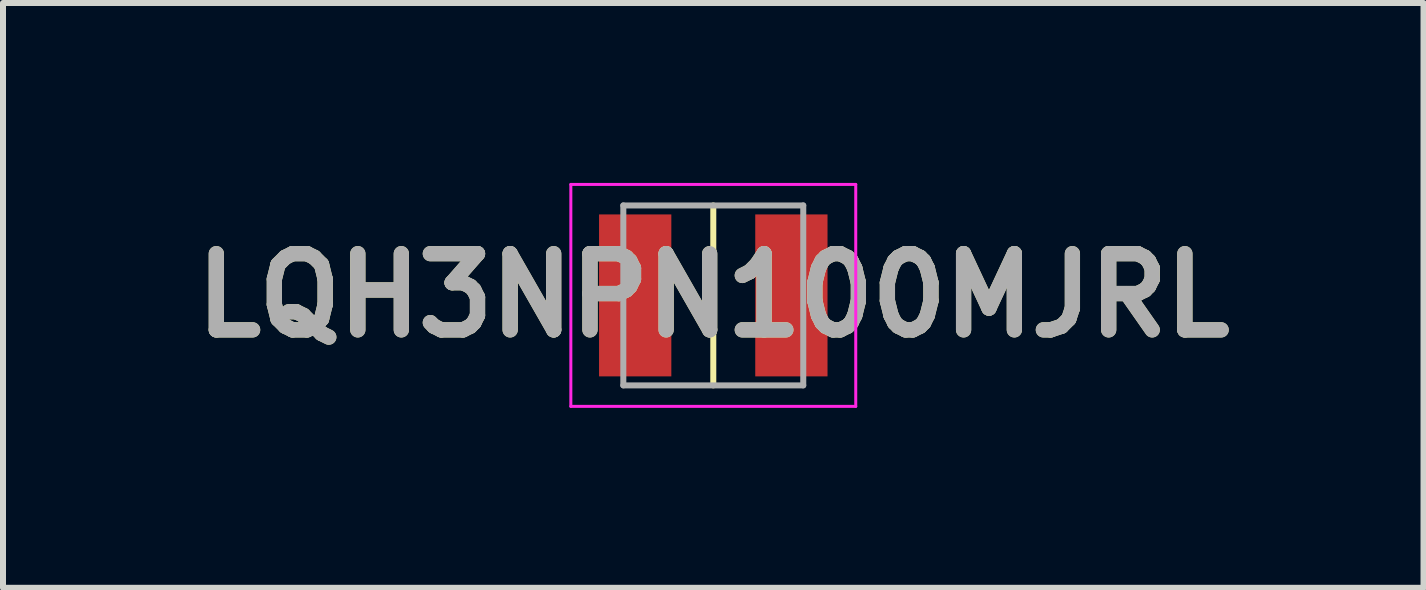
<source format=kicad_pcb>
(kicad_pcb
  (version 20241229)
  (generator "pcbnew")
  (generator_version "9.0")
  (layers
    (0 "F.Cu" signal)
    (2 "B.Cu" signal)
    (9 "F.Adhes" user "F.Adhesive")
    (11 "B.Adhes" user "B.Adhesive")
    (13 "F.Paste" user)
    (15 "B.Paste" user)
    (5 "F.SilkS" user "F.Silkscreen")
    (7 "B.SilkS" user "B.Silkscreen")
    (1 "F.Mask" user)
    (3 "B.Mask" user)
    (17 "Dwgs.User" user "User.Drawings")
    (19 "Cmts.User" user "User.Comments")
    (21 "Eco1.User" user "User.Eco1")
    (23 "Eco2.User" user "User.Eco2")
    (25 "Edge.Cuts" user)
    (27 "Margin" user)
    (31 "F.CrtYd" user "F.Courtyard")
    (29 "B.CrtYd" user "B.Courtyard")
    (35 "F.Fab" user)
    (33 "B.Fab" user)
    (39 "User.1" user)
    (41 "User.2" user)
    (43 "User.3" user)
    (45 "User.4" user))
  (footprint "LQH3NPN100MJRL"
    (layer "F.Cu")
    (at 8.842 1.875)
    (property "Reference" "LQH3NPN100MJRL" (at 0 0 0) (layer "F.SilkS") (effects (font (size 1.27 1.27) (thickness 0.254))))
    (attr smd)
    (fp_line (start 0 -1.5) (end 0 1.5) (stroke (width 0.1) (type solid)) (layer "F.SilkS"))
    (fp_line (start -2.375 -1.85) (end 2.375 -1.85) (stroke (width 0.05) (type solid)) (layer "F.CrtYd"))
    (fp_line (start -2.375 1.85) (end -2.375 -1.85) (stroke (width 0.05) (type solid)) (layer "F.CrtYd"))
    (fp_line (start 2.375 -1.85) (end 2.375 1.85) (stroke (width 0.05) (type solid)) (layer "F.CrtYd"))
    (fp_line (start 2.375 1.85) (end -2.375 1.85) (stroke (width 0.05) (type solid)) (layer "F.CrtYd"))
    (fp_line (start -1.5 -1.5) (end 1.5 -1.5) (stroke (width 0.1) (type solid)) (layer "F.Fab"))
    (fp_line (start -1.5 1.5) (end -1.5 -1.5) (stroke (width 0.1) (type solid)) (layer "F.Fab"))
    (fp_line (start 1.5 -1.5) (end 1.5 1.5) (stroke (width 0.1) (type solid)) (layer "F.Fab"))
    (fp_line (start 1.5 1.5) (end -1.5 1.5) (stroke (width 0.1) (type solid)) (layer "F.Fab"))
    (fp_text user "${REFERENCE}" (at 0 0 0) (layer "F.Fab") (effects (font (size 1.27 1.27) (thickness 0.254))))
    (pad "1" smd rect (at -1.302 0) (size 1.205 2.7) (layers "F.Cu" "F.Mask" "F.Paste"))
    (pad "2" smd rect (at 1.302 0) (size 1.205 2.7) (layers "F.Cu" "F.Mask" "F.Paste")))
  (gr_rect
    (start -3 -3)
    (end 20.683 6.75)
    (stroke (width 0.1) (type default))
    (fill no)
    (layer "Edge.Cuts")))
</source>
